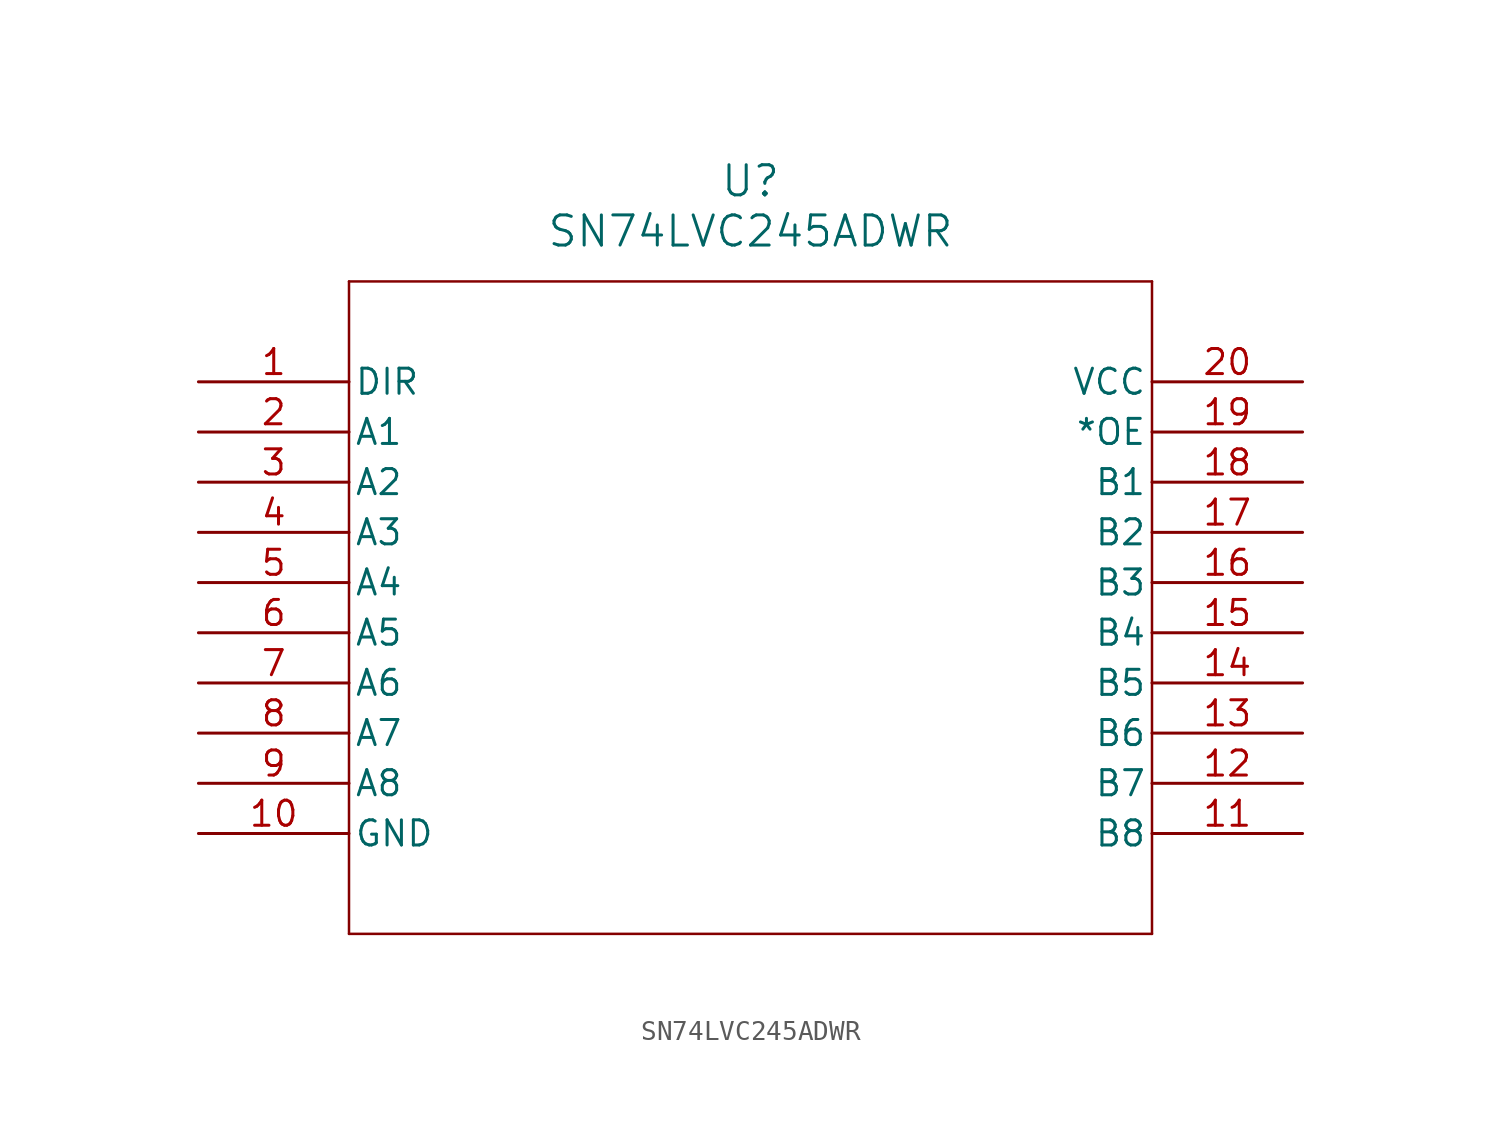
<source format=kicad_sym>
(kicad_symbol_lib
  (version 20211014)
  (generator kicad_symbol_editor)
  (symbol "SN74LVC245ADWR"
    (pin_names
      (offset 0.254))
    (property "Reference" "U"
      (at 27.94 10.16 0)
      (effects (font (size 1.524 1.524))))
    (property "Value" "SN74LVC245ADWR"
      (at 27.94 7.62 0)
      (effects (font (size 1.524 1.524))))
    (symbol "SN74LVC245ADWR_0_1"
      (polyline (pts (xy 7.62 5.08) (xy 7.62 -27.94)) (stroke (width 0.127) (type default) (color 0 0 0 0)) (fill (type none)))
      (polyline (pts (xy 7.62 -27.94) (xy 48.26 -27.94)) (stroke (width 0.127) (type default) (color 0 0 0 0)) (fill (type none)))
      (polyline (pts (xy 48.26 -27.94) (xy 48.26 5.08)) (stroke (width 0.127) (type default) (color 0 0 0 0)) (fill (type none)))
      (polyline (pts (xy 48.26 5.08) (xy 7.62 5.08)) (stroke (width 0.127) (type default) (color 0 0 0 0)) (fill (type none)))
      (pin input line (at 0 0 0) (length 7.62) (name "DIR" (effects (font (size 1.27 1.27)))) (number "1" (effects (font (size 1.27 1.27)))))
      (pin bidirectional line (at 0 -2.54 0) (length 7.62) (name "A1" (effects (font (size 1.27 1.27)))) (number "2" (effects (font (size 1.27 1.27)))))
      (pin bidirectional line (at 0 -5.08 0) (length 7.62) (name "A2" (effects (font (size 1.27 1.27)))) (number "3" (effects (font (size 1.27 1.27)))))
      (pin bidirectional line (at 0 -7.62 0) (length 7.62) (name "A3" (effects (font (size 1.27 1.27)))) (number "4" (effects (font (size 1.27 1.27)))))
      (pin bidirectional line (at 0 -10.16 0) (length 7.62) (name "A4" (effects (font (size 1.27 1.27)))) (number "5" (effects (font (size 1.27 1.27)))))
      (pin bidirectional line (at 0 -12.7 0) (length 7.62) (name "A5" (effects (font (size 1.27 1.27)))) (number "6" (effects (font (size 1.27 1.27)))))
      (pin bidirectional line (at 0 -15.24 0) (length 7.62) (name "A6" (effects (font (size 1.27 1.27)))) (number "7" (effects (font (size 1.27 1.27)))))
      (pin bidirectional line (at 0 -17.78 0) (length 7.62) (name "A7" (effects (font (size 1.27 1.27)))) (number "8" (effects (font (size 1.27 1.27)))))
      (pin bidirectional line (at 0 -20.32 0) (length 7.62) (name "A8" (effects (font (size 1.27 1.27)))) (number "9" (effects (font (size 1.27 1.27)))))
      (pin power_in line (at 0 -22.86 0) (length 7.62) (name "GND" (effects (font (size 1.27 1.27)))) (number "10" (effects (font (size 1.27 1.27)))))
      (pin bidirectional line (at 55.88 -22.86 180) (length 7.62) (name "B8" (effects (font (size 1.27 1.27)))) (number "11" (effects (font (size 1.27 1.27)))))
      (pin bidirectional line (at 55.88 -20.32 180) (length 7.62) (name "B7" (effects (font (size 1.27 1.27)))) (number "12" (effects (font (size 1.27 1.27)))))
      (pin bidirectional line (at 55.88 -17.78 180) (length 7.62) (name "B6" (effects (font (size 1.27 1.27)))) (number "13" (effects (font (size 1.27 1.27)))))
      (pin bidirectional line (at 55.88 -15.24 180) (length 7.62) (name "B5" (effects (font (size 1.27 1.27)))) (number "14" (effects (font (size 1.27 1.27)))))
      (pin bidirectional line (at 55.88 -12.7 180) (length 7.62) (name "B4" (effects (font (size 1.27 1.27)))) (number "15" (effects (font (size 1.27 1.27)))))
      (pin bidirectional line (at 55.88 -10.16 180) (length 7.62) (name "B3" (effects (font (size 1.27 1.27)))) (number "16" (effects (font (size 1.27 1.27)))))
      (pin bidirectional line (at 55.88 -7.62 180) (length 7.62) (name "B2" (effects (font (size 1.27 1.27)))) (number "17" (effects (font (size 1.27 1.27)))))
      (pin bidirectional line (at 55.88 -5.08 180) (length 7.62) (name "B1" (effects (font (size 1.27 1.27)))) (number "18" (effects (font (size 1.27 1.27)))))
      (pin input line (at 55.88 -2.54 180) (length 7.62) (name "*OE" (effects (font (size 1.27 1.27)))) (number "19" (effects (font (size 1.27 1.27)))))
      (pin power_in line (at 55.88 0 180) (length 7.62) (name "VCC" (effects (font (size 1.27 1.27)))) (number "20" (effects (font (size 1.27 1.27))))))))
</source>
